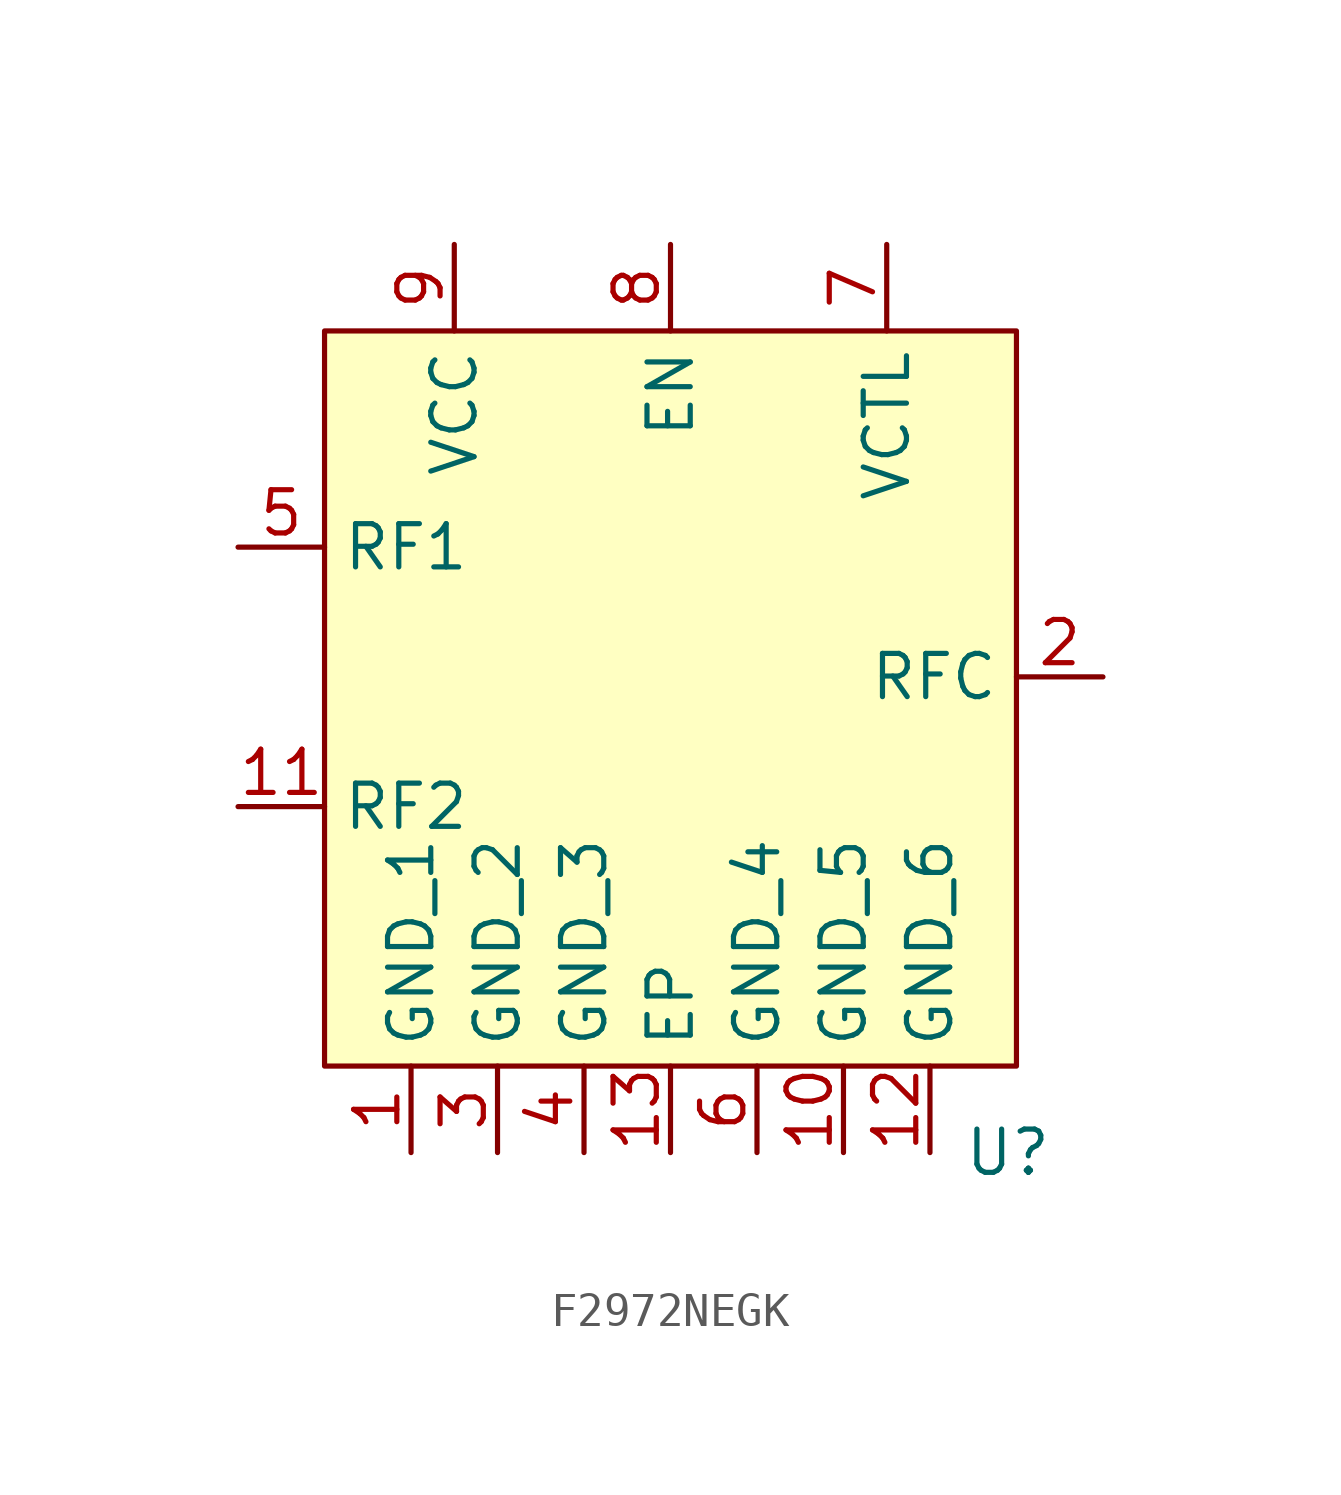
<source format=kicad_sym>
(kicad_symbol_lib
  (version 20231120)
  (generator "kicad_symbol_editor")
  (generator_version "8.0")
  (symbol "F2972NEGK"
    (property "Reference" "U"
      (at 9.906 -13.97 0)
      (effects (font (size 1.27 1.27))))
    (property "Value" ""
      (at -3.81 -6.35 0)
      (effects (font (size 1.27 1.27))))
    (symbol "F2972NEGK_1_1"
      (rectangle (start -10.16 10.16) (end 10.16 -11.43) (stroke (width 0) (type default)) (fill (type background)))
      (pin passive line (at -7.62 -13.97 90) (length 2.54) (name "GND_1" (effects (font (size 1.27 1.27)))) (number "1" (effects (font (size 1.27 1.27)))))
      (pin passive line (at 5.08 -13.97 90) (length 2.54) (name "GND_5" (effects (font (size 1.27 1.27)))) (number "10" (effects (font (size 1.27 1.27)))))
      (pin output line (at -12.7 -3.81 0) (length 2.54) (name "RF2" (effects (font (size 1.27 1.27)))) (number "11" (effects (font (size 1.27 1.27)))))
      (pin passive line (at 7.62 -13.97 90) (length 2.54) (name "GND_6" (effects (font (size 1.27 1.27)))) (number "12" (effects (font (size 1.27 1.27)))))
      (pin passive line (at 0 -13.97 90) (length 2.54) (name "EP" (effects (font (size 1.27 1.27)))) (number "13" (effects (font (size 1.27 1.27)))))
      (pin input line (at 12.7 0 180) (length 2.54) (name "RFC" (effects (font (size 1.27 1.27)))) (number "2" (effects (font (size 1.27 1.27)))))
      (pin passive line (at -5.08 -13.97 90) (length 2.54) (name "GND_2" (effects (font (size 1.27 1.27)))) (number "3" (effects (font (size 1.27 1.27)))))
      (pin passive line (at -2.54 -13.97 90) (length 2.54) (name "GND_3" (effects (font (size 1.27 1.27)))) (number "4" (effects (font (size 1.27 1.27)))))
      (pin output line (at -12.7 3.81 0) (length 2.54) (name "RF1" (effects (font (size 1.27 1.27)))) (number "5" (effects (font (size 1.27 1.27)))))
      (pin passive line (at 2.54 -13.97 90) (length 2.54) (name "GND_4" (effects (font (size 1.27 1.27)))) (number "6" (effects (font (size 1.27 1.27)))))
      (pin passive line (at 6.35 12.7 270) (length 2.54) (name "VCTL" (effects (font (size 1.27 1.27)))) (number "7" (effects (font (size 1.27 1.27)))))
      (pin passive line (at 0 12.7 270) (length 2.54) (name "EN" (effects (font (size 1.27 1.27)))) (number "8" (effects (font (size 1.27 1.27)))))
      (pin passive line (at -6.35 12.7 270) (length 2.54) (name "VCC" (effects (font (size 1.27 1.27)))) (number "9" (effects (font (size 1.27 1.27))))))))
</source>
